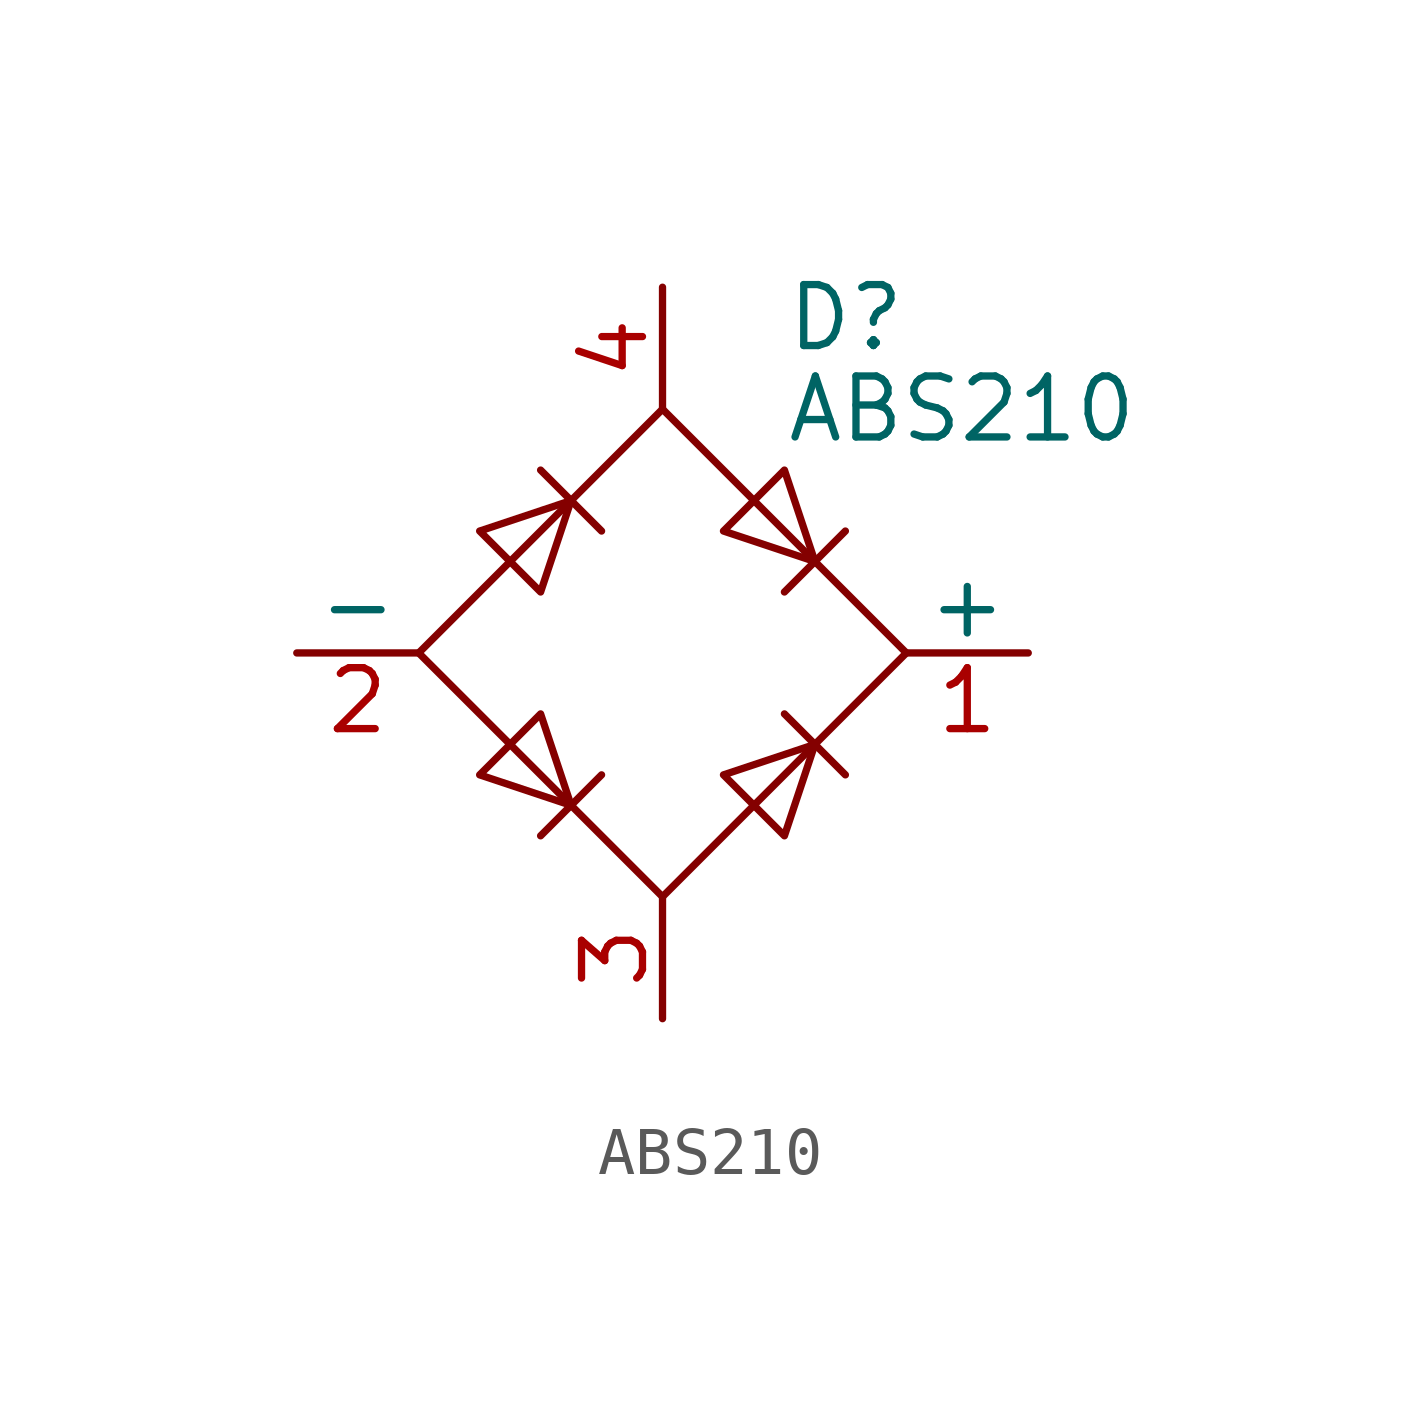
<source format=kicad_sym>
(kicad_symbol_lib
  (version 20241209)
  (generator "kicad_symbol_editor")
  (generator_version "9.0")
  (symbol "ABS210"
    (pin_names
      (offset 0))
    (property "Reference" "D"
      (at 2.54 6.985 0)
      (effects (font (size 1.27 1.27)) (justify left)))
    (property "Value" "ABS210"
      (at 2.54 5.08 0)
      (effects (font (size 1.27 1.27)) (justify left)))
    (symbol "ABS210_0_1"
      (polyline (pts (xy -5.08 0) (xy 0 -5.08) (xy 5.08 0) (xy 0 5.08) (xy -5.08 0)) (stroke (width 0) (type default)) (fill (type none)))
      (polyline (pts (xy -3.81 2.54) (xy -2.54 1.27) (xy -1.905 3.175) (xy -3.81 2.54)) (stroke (width 0) (type default)) (fill (type none)))
      (polyline (pts (xy -2.54 3.81) (xy -1.27 2.54)) (stroke (width 0) (type default)) (fill (type none)))
      (polyline (pts (xy -2.54 -1.27) (xy -3.81 -2.54) (xy -1.905 -3.175) (xy -2.54 -1.27)) (stroke (width 0) (type default)) (fill (type none)))
      (polyline (pts (xy -1.27 -2.54) (xy -2.54 -3.81)) (stroke (width 0) (type default)) (fill (type none)))
      (polyline (pts (xy 1.27 2.54) (xy 2.54 3.81) (xy 3.175 1.905) (xy 1.27 2.54)) (stroke (width 0) (type default)) (fill (type none)))
      (polyline (pts (xy 2.54 1.27) (xy 3.81 2.54)) (stroke (width 0) (type default)) (fill (type none)))
      (polyline (pts (xy 2.54 -1.27) (xy 3.81 -2.54)) (stroke (width 0) (type default)) (fill (type none)))
      (polyline (pts (xy 3.175 -1.905) (xy 1.27 -2.54) (xy 2.54 -3.81) (xy 3.175 -1.905)) (stroke (width 0) (type default)) (fill (type none))))
    (symbol "ABS210_1_1"
      (pin passive line (at -7.62 0 0) (length 2.54) (name "-" (effects (font (size 1.27 1.27)))) (number "2" (effects (font (size 1.27 1.27)))))
      (pin passive line (at 0 7.62 270) (length 2.54) (name "~" (effects (font (size 1.27 1.27)))) (number "4" (effects (font (size 1.27 1.27)))))
      (pin passive line (at 0 -7.62 90) (length 2.54) (name "~" (effects (font (size 1.27 1.27)))) (number "3" (effects (font (size 1.27 1.27)))))
      (pin passive line (at 7.62 0 180) (length 2.54) (name "+" (effects (font (size 1.27 1.27)))) (number "1" (effects (font (size 1.27 1.27))))))))
</source>
